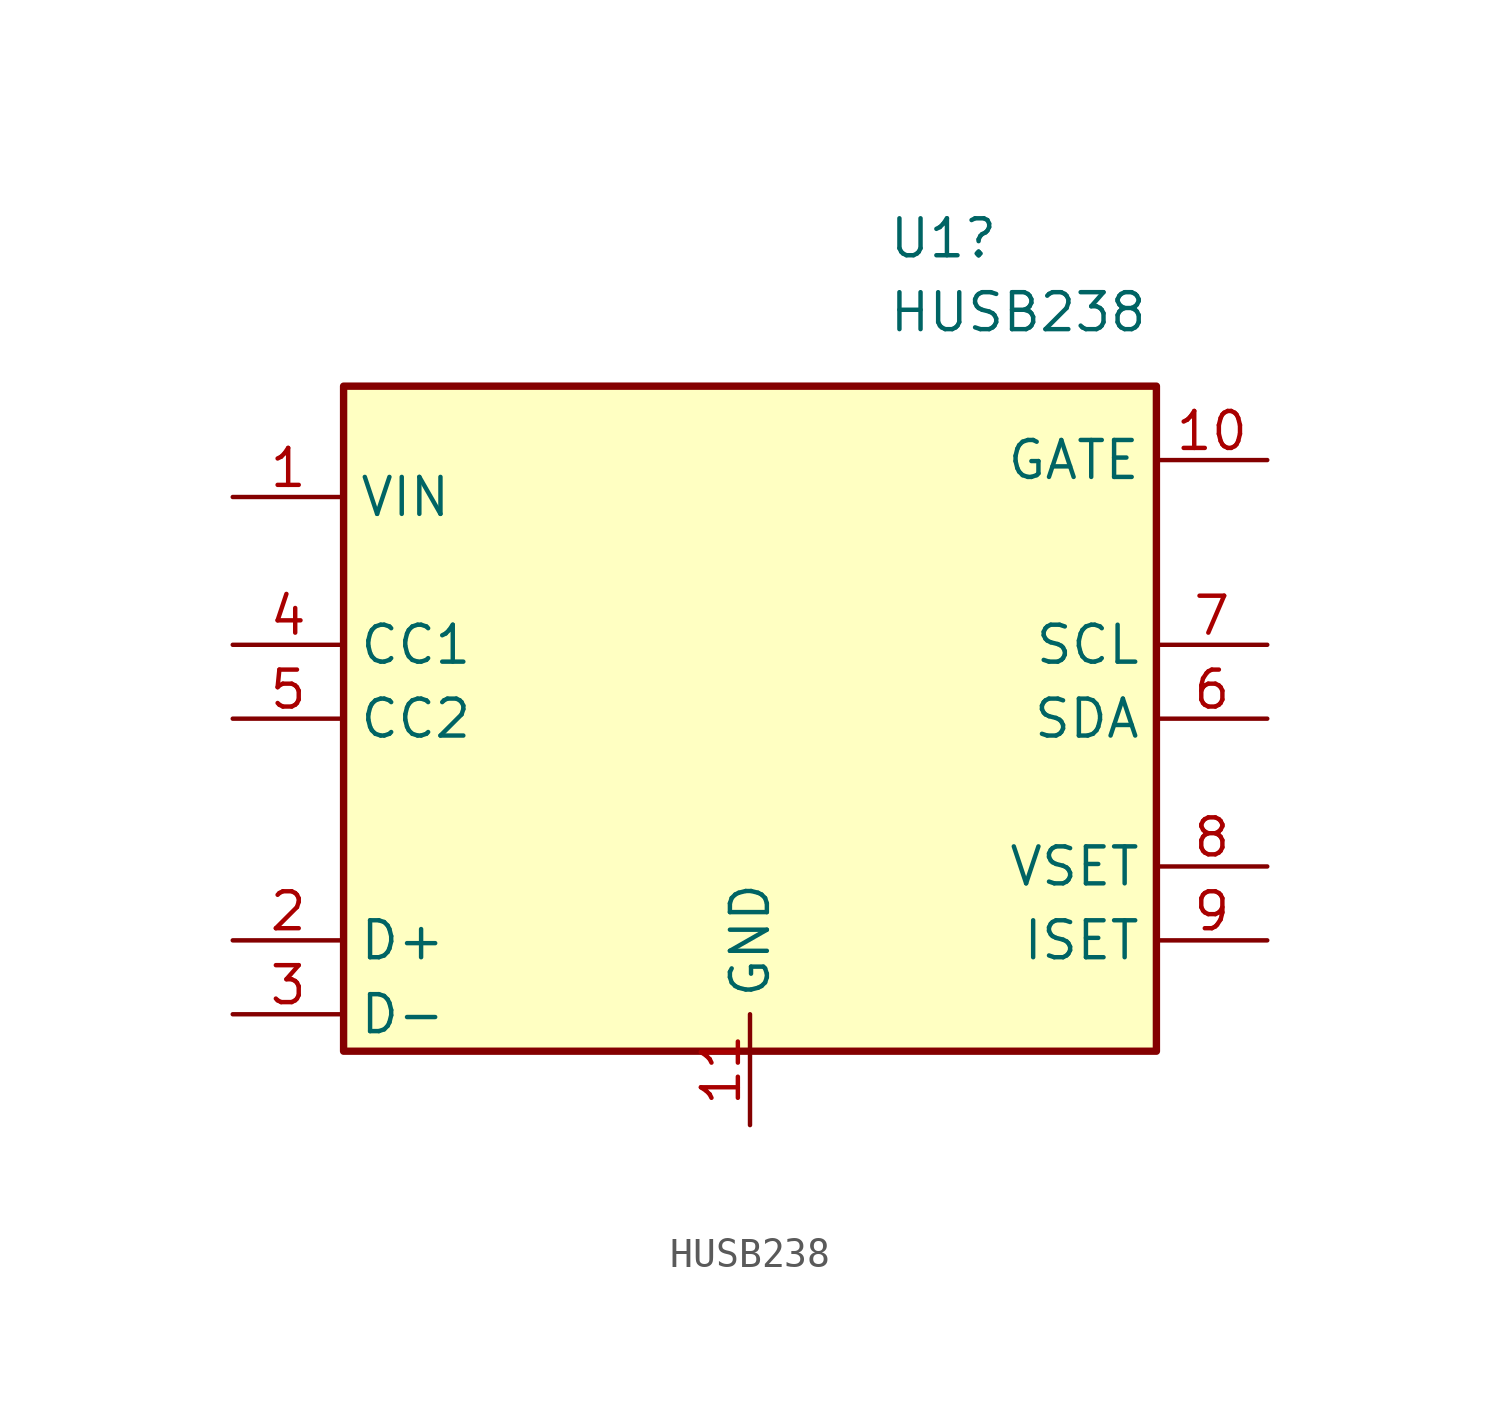
<source format=kicad_sym>
(kicad_symbol_lib
  (version 20231120)
  (generator "kicad_symbol_editor")
  (generator_version "8.0")
  (symbol "HUSB238"
    (property "Reference" "U1"
      (at 4.734 16.51 0)
      (effects (font (size 1.27 1.27)) (justify left)))
    (property "Value" "HUSB238"
      (at 4.734 13.97 0)
      (effects (font (size 1.27 1.27)) (justify left)))
    (symbol "HUSB238_0_1"
      (rectangle (start -13.97 11.43) (end 13.97 -11.43) (stroke (width 0.254) (type default)) (fill (type background))))
    (symbol "HUSB238_1_1"
      (pin power_in line (at -17.78 7.62 0) (length 3.81) (name "VIN" (effects (font (size 1.27 1.27)))) (number "1" (effects (font (size 1.27 1.27)))))
      (pin output line (at 17.78 8.89 180) (length 3.81) (name "GATE" (effects (font (size 1.27 1.27)))) (number "10" (effects (font (size 1.27 1.27)))))
      (pin power_in line (at 0 -13.97 90) (length 3.81) (name "GND" (effects (font (size 1.27 1.27)))) (number "11" (effects (font (size 1.27 1.27)))))
      (pin bidirectional line (at -17.78 -7.62 0) (length 3.81) (name "D+" (effects (font (size 1.27 1.27)))) (number "2" (effects (font (size 1.27 1.27)))))
      (pin bidirectional line (at -17.78 -10.16 0) (length 3.81) (name "D-" (effects (font (size 1.27 1.27)))) (number "3" (effects (font (size 1.27 1.27)))))
      (pin bidirectional line (at -17.78 2.54 0) (length 3.81) (name "CC1" (effects (font (size 1.27 1.27)))) (number "4" (effects (font (size 1.27 1.27)))))
      (pin bidirectional line (at -17.78 0 0) (length 3.81) (name "CC2" (effects (font (size 1.27 1.27)))) (number "5" (effects (font (size 1.27 1.27)))))
      (pin bidirectional line (at 17.78 0 180) (length 3.81) (name "SDA" (effects (font (size 1.27 1.27)))) (number "6" (effects (font (size 1.27 1.27)))))
      (pin bidirectional line (at 17.78 2.54 180) (length 3.81) (name "SCL" (effects (font (size 1.27 1.27)))) (number "7" (effects (font (size 1.27 1.27)))))
      (pin input line (at 17.78 -5.08 180) (length 3.81) (name "VSET" (effects (font (size 1.27 1.27)))) (number "8" (effects (font (size 1.27 1.27)))))
      (pin input line (at 17.78 -7.62 180) (length 3.81) (name "ISET" (effects (font (size 1.27 1.27)))) (number "9" (effects (font (size 1.27 1.27))))))))
</source>
